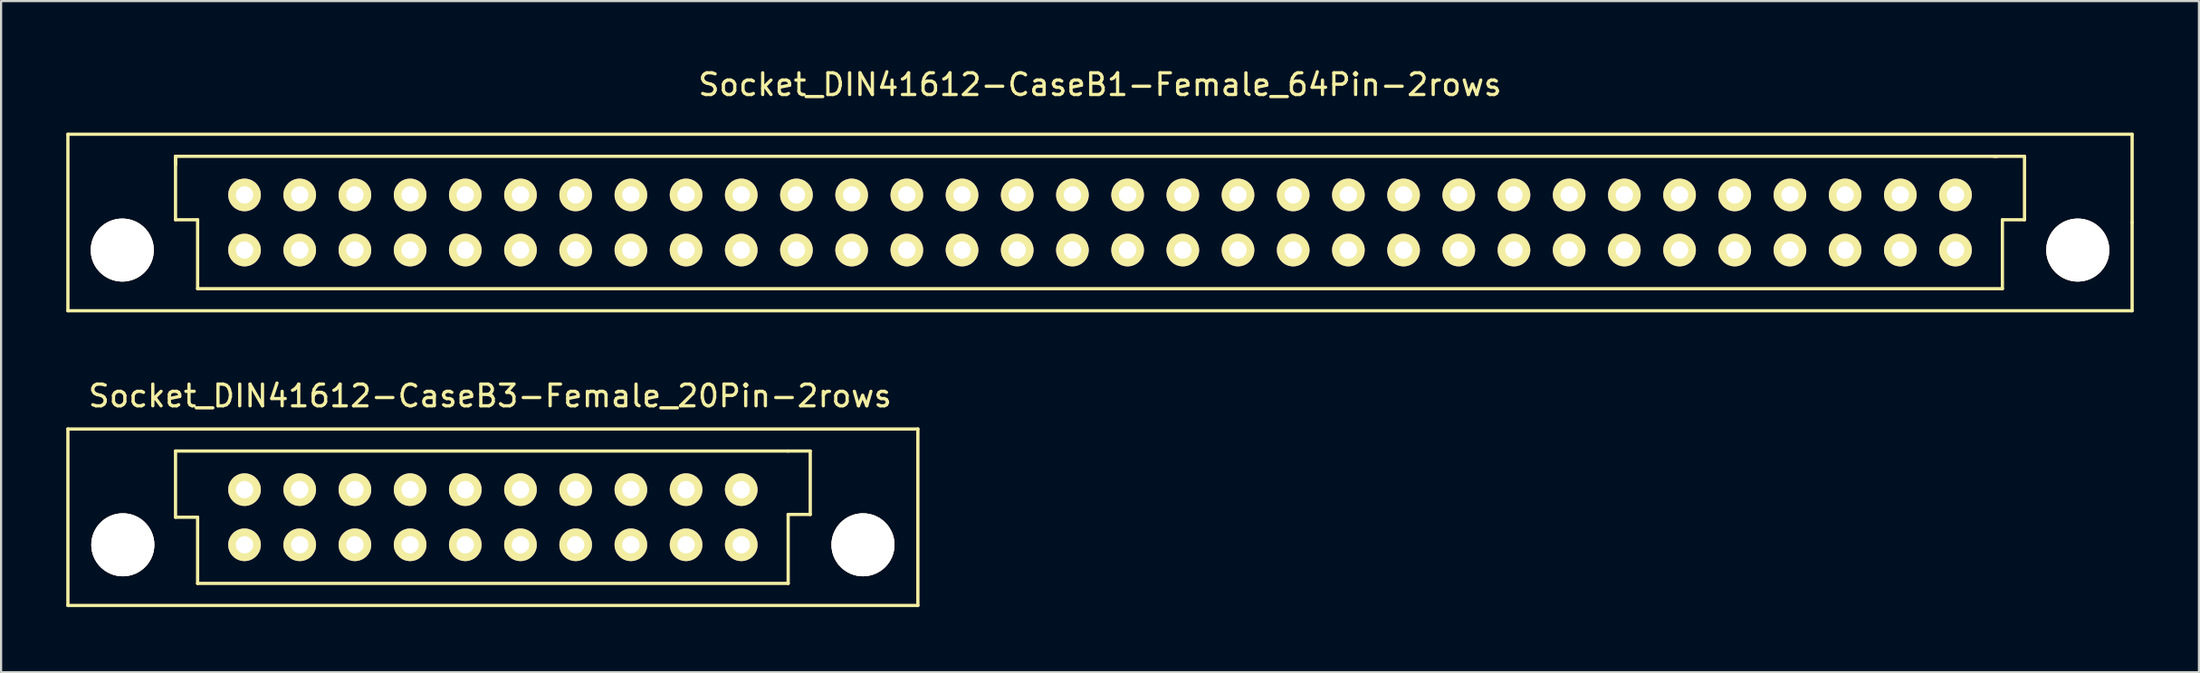
<source format=kicad_pcb>
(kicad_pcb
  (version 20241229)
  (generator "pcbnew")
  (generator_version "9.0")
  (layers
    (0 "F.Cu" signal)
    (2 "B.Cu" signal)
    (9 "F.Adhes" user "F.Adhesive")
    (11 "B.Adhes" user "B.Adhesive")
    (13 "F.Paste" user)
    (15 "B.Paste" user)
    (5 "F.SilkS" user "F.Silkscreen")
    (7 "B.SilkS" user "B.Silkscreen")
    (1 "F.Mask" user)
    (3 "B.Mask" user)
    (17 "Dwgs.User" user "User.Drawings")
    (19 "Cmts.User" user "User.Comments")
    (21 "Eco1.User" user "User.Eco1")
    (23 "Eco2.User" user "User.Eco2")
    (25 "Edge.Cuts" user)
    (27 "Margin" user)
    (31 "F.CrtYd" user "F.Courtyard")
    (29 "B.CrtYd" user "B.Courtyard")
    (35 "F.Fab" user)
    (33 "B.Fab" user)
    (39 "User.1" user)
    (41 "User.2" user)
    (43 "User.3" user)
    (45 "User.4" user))
  (footprint "Socket_DIN41612-CaseB3-Female_20Pin-2rows"
    (layer "F.Cu")
    (at 19.633 20.773)
    (property "Reference" "Socket_DIN41612-CaseB3-Female_20Pin-2rows" (at -0.127 -5.588 0) (layer "F.SilkS") (effects (font (size 1 1) (thickness 0.15))))
    (attr through_hole)
    (fp_line (start -19.558 -4.064) (end -19.558 4.064) (stroke (width 0.15) (type solid)) (layer "F.SilkS"))
    (fp_line (start -19.558 4.064) (end 19.558 4.064) (stroke (width 0.15) (type solid)) (layer "F.SilkS"))
    (fp_line (start -14.605 0) (end -14.605 -3.048) (stroke (width 0.15) (type solid)) (layer "F.SilkS"))
    (fp_line (start -13.589 0) (end -14.605 0) (stroke (width 0.15) (type solid)) (layer "F.SilkS"))
    (fp_line (start -13.589 3.048) (end -13.589 0) (stroke (width 0.15) (type solid)) (layer "F.SilkS"))
    (fp_line (start -13.589 3.048) (end 13.589 3.048) (stroke (width 0.15) (type solid)) (layer "F.SilkS"))
    (fp_line (start 13.589 -3.048) (end -14.605 -3.048) (stroke (width 0.15) (type solid)) (layer "F.SilkS"))
    (fp_line (start 13.589 -0.127) (end 14.605 -0.127) (stroke (width 0.15) (type solid)) (layer "F.SilkS"))
    (fp_line (start 13.589 3.048) (end 13.589 -0.127) (stroke (width 0.15) (type solid)) (layer "F.SilkS"))
    (fp_line (start 14.605 -3.048) (end 13.589 -3.048) (stroke (width 0.15) (type solid)) (layer "F.SilkS"))
    (fp_line (start 14.605 -0.127) (end 14.605 -3.048) (stroke (width 0.15) (type solid)) (layer "F.SilkS"))
    (fp_line (start 19.558 -4.064) (end -19.558 -4.064) (stroke (width 0.15) (type solid)) (layer "F.SilkS"))
    (fp_line (start 19.558 4.064) (end 19.558 -4.064) (stroke (width 0.15) (type solid)) (layer "F.SilkS"))
    (pad "1" thru_hole circle (at -17.031 1.27) (size 2.901 2.901) (drill 2.901) (layers "*.Cu" "*.Mask" "F.SilkS"))
    (pad "1" thru_hole circle (at 17.031 1.27) (size 2.901 2.901) (drill 2.901) (layers "*.Cu" "*.Mask" "F.SilkS"))
    (pad "1a" thru_hole circle (at 11.43 -1.27 180) (size 1.501 1.501) (drill 0.8) (layers "*.Cu" "*.Mask" "F.SilkS"))
    (pad "1b" thru_hole circle (at 11.43 1.27 180) (size 1.501 1.501) (drill 0.8) (layers "*.Cu" "*.Mask" "F.SilkS"))
    (pad "2a" thru_hole circle (at 8.89 -1.27 180) (size 1.501 1.501) (drill 0.8) (layers "*.Cu" "*.Mask" "F.SilkS"))
    (pad "2b" thru_hole circle (at 8.89 1.27 180) (size 1.501 1.501) (drill 0.8) (layers "*.Cu" "*.Mask" "F.SilkS"))
    (pad "3a" thru_hole circle (at 6.35 -1.27 180) (size 1.501 1.501) (drill 0.8) (layers "*.Cu" "*.Mask" "F.SilkS"))
    (pad "3b" thru_hole circle (at 6.35 1.27 180) (size 1.501 1.501) (drill 0.8) (layers "*.Cu" "*.Mask" "F.SilkS"))
    (pad "4a" thru_hole circle (at 3.81 -1.27 180) (size 1.501 1.501) (drill 0.8) (layers "*.Cu" "*.Mask" "F.SilkS"))
    (pad "4b" thru_hole circle (at 3.81 1.27 180) (size 1.501 1.501) (drill 0.8) (layers "*.Cu" "*.Mask" "F.SilkS"))
    (pad "5a" thru_hole circle (at 1.27 -1.27 180) (size 1.501 1.501) (drill 0.8) (layers "*.Cu" "*.Mask" "F.SilkS"))
    (pad "5b" thru_hole circle (at 1.27 1.27 180) (size 1.501 1.501) (drill 0.8) (layers "*.Cu" "*.Mask" "F.SilkS"))
    (pad "6a" thru_hole circle (at -1.27 -1.27 180) (size 1.501 1.501) (drill 0.8) (layers "*.Cu" "*.Mask" "F.SilkS"))
    (pad "6b" thru_hole circle (at -1.27 1.27 180) (size 1.501 1.501) (drill 0.8) (layers "*.Cu" "*.Mask" "F.SilkS"))
    (pad "7a" thru_hole circle (at -3.81 -1.27 180) (size 1.501 1.501) (drill 0.8) (layers "*.Cu" "*.Mask" "F.SilkS"))
    (pad "7b" thru_hole circle (at -3.81 1.27 180) (size 1.501 1.501) (drill 0.8) (layers "*.Cu" "*.Mask" "F.SilkS"))
    (pad "8a" thru_hole circle (at -6.35 -1.27 180) (size 1.501 1.501) (drill 0.8) (layers "*.Cu" "*.Mask" "F.SilkS"))
    (pad "8b" thru_hole circle (at -6.35 1.27 180) (size 1.501 1.501) (drill 0.8) (layers "*.Cu" "*.Mask" "F.SilkS"))
    (pad "9a" thru_hole circle (at -8.89 -1.27 180) (size 1.501 1.501) (drill 0.8) (layers "*.Cu" "*.Mask" "F.SilkS"))
    (pad "9b" thru_hole circle (at -8.89 1.27 180) (size 1.501 1.501) (drill 0.8) (layers "*.Cu" "*.Mask" "F.SilkS"))
    (pad "10a" thru_hole circle (at -11.43 -1.27 180) (size 1.501 1.501) (drill 0.8) (layers "*.Cu" "*.Mask" "F.SilkS"))
    (pad "10b" thru_hole circle (at -11.43 1.27 180) (size 1.501 1.501) (drill 0.8) (layers "*.Cu" "*.Mask" "F.SilkS")))
  (footprint "Socket_DIN41612-CaseB1-Female_64Pin-2rows"
    (layer "F.Cu")
    (at 47.573 7.198)
    (property "Reference" "Socket_DIN41612-CaseB1-Female_64Pin-2rows" (at 0 -6.35 0) (layer "F.SilkS") (effects (font (size 1 1) (thickness 0.15))))
    (attr through_hole)
    (fp_line (start -47.498 -4.064) (end -47.498 4.064) (stroke (width 0.15) (type solid)) (layer "F.SilkS"))
    (fp_line (start -47.498 4.064) (end 47.498 4.064) (stroke (width 0.15) (type solid)) (layer "F.SilkS"))
    (fp_line (start -42.545 -3.048) (end -42.545 -2.667) (stroke (width 0.15) (type solid)) (layer "F.SilkS"))
    (fp_line (start -42.545 -0.127) (end -42.545 -3.048) (stroke (width 0.15) (type solid)) (layer "F.SilkS"))
    (fp_line (start -41.529 -0.127) (end -42.545 -0.127) (stroke (width 0.15) (type solid)) (layer "F.SilkS"))
    (fp_line (start -41.529 3.048) (end -41.529 -0.127) (stroke (width 0.15) (type solid)) (layer "F.SilkS"))
    (fp_line (start 41.275 -3.048) (end -42.545 -3.048) (stroke (width 0.15) (type solid)) (layer "F.SilkS"))
    (fp_line (start 41.529 -0.127) (end 42.545 -0.127) (stroke (width 0.15) (type solid)) (layer "F.SilkS"))
    (fp_line (start 41.529 3.048) (end -41.529 3.048) (stroke (width 0.15) (type solid)) (layer "F.SilkS"))
    (fp_line (start 41.529 3.048) (end 41.529 -0.127) (stroke (width 0.15) (type solid)) (layer "F.SilkS"))
    (fp_line (start 42.545 -3.048) (end 41.148 -3.048) (stroke (width 0.15) (type solid)) (layer "F.SilkS"))
    (fp_line (start 42.545 -0.127) (end 42.545 -3.048) (stroke (width 0.15) (type solid)) (layer "F.SilkS"))
    (fp_line (start 47.498 -4.064) (end -47.498 -4.064) (stroke (width 0.15) (type solid)) (layer "F.SilkS"))
    (fp_line (start 47.498 0) (end 47.498 -4.064) (stroke (width 0.15) (type solid)) (layer "F.SilkS"))
    (fp_line (start 47.498 4.064) (end 47.498 0) (stroke (width 0.15) (type solid)) (layer "F.SilkS"))
    (pad "1" thru_hole circle (at -44.996 1.27) (size 2.901 2.901) (drill 2.901) (layers "*.Cu" "*.Mask" "F.SilkS"))
    (pad "1" thru_hole circle (at 44.996 1.27) (size 2.901 2.901) (drill 2.901) (layers "*.Cu" "*.Mask" "F.SilkS"))
    (pad "1a" thru_hole circle (at 39.37 -1.27 180) (size 1.501 1.501) (drill 0.8) (layers "*.Cu" "*.Mask" "F.SilkS"))
    (pad "1b" thru_hole circle (at 39.37 1.27 180) (size 1.501 1.501) (drill 0.8) (layers "*.Cu" "*.Mask" "F.SilkS"))
    (pad "2a" thru_hole circle (at 36.83 -1.27 180) (size 1.501 1.501) (drill 0.8) (layers "*.Cu" "*.Mask" "F.SilkS"))
    (pad "2b" thru_hole circle (at 36.83 1.27 180) (size 1.501 1.501) (drill 0.8) (layers "*.Cu" "*.Mask" "F.SilkS"))
    (pad "3a" thru_hole circle (at 34.29 -1.27 180) (size 1.501 1.501) (drill 0.8) (layers "*.Cu" "*.Mask" "F.SilkS"))
    (pad "3b" thru_hole circle (at 34.29 1.27 180) (size 1.501 1.501) (drill 0.8) (layers "*.Cu" "*.Mask" "F.SilkS"))
    (pad "4a" thru_hole circle (at 31.75 -1.27 180) (size 1.501 1.501) (drill 0.8) (layers "*.Cu" "*.Mask" "F.SilkS"))
    (pad "4b" thru_hole circle (at 31.75 1.27 180) (size 1.501 1.501) (drill 0.8) (layers "*.Cu" "*.Mask" "F.SilkS"))
    (pad "5a" thru_hole circle (at 29.21 -1.27 180) (size 1.501 1.501) (drill 0.8) (layers "*.Cu" "*.Mask" "F.SilkS"))
    (pad "5b" thru_hole circle (at 29.21 1.27 180) (size 1.501 1.501) (drill 0.8) (layers "*.Cu" "*.Mask" "F.SilkS"))
    (pad "6a" thru_hole circle (at 26.67 -1.27 180) (size 1.501 1.501) (drill 0.8) (layers "*.Cu" "*.Mask" "F.SilkS"))
    (pad "6b" thru_hole circle (at 26.67 1.27 180) (size 1.501 1.501) (drill 0.8) (layers "*.Cu" "*.Mask" "F.SilkS"))
    (pad "7a" thru_hole circle (at 24.13 -1.27 180) (size 1.501 1.501) (drill 0.8) (layers "*.Cu" "*.Mask" "F.SilkS"))
    (pad "7b" thru_hole circle (at 24.13 1.27 180) (size 1.501 1.501) (drill 0.8) (layers "*.Cu" "*.Mask" "F.SilkS"))
    (pad "8a" thru_hole circle (at 21.59 -1.27 180) (size 1.501 1.501) (drill 0.8) (layers "*.Cu" "*.Mask" "F.SilkS"))
    (pad "8b" thru_hole circle (at 21.59 1.27 180) (size 1.501 1.501) (drill 0.8) (layers "*.Cu" "*.Mask" "F.SilkS"))
    (pad "9a" thru_hole circle (at 19.05 -1.27 180) (size 1.501 1.501) (drill 0.8) (layers "*.Cu" "*.Mask" "F.SilkS"))
    (pad "9b" thru_hole circle (at 19.05 1.27 180) (size 1.501 1.501) (drill 0.8) (layers "*.Cu" "*.Mask" "F.SilkS"))
    (pad "10a" thru_hole circle (at 16.51 -1.27 180) (size 1.501 1.501) (drill 0.8) (layers "*.Cu" "*.Mask" "F.SilkS"))
    (pad "10b" thru_hole circle (at 16.51 1.27 180) (size 1.501 1.501) (drill 0.8) (layers "*.Cu" "*.Mask" "F.SilkS"))
    (pad "11a" thru_hole circle (at 13.97 -1.27 180) (size 1.501 1.501) (drill 0.8) (layers "*.Cu" "*.Mask" "F.SilkS"))
    (pad "11b" thru_hole circle (at 13.97 1.27 180) (size 1.501 1.501) (drill 0.8) (layers "*.Cu" "*.Mask" "F.SilkS"))
    (pad "12a" thru_hole circle (at 11.43 -1.27 180) (size 1.501 1.501) (drill 0.8) (layers "*.Cu" "*.Mask" "F.SilkS"))
    (pad "12b" thru_hole circle (at 11.43 1.27 180) (size 1.501 1.501) (drill 0.8) (layers "*.Cu" "*.Mask" "F.SilkS"))
    (pad "13a" thru_hole circle (at 8.89 -1.27 180) (size 1.501 1.501) (drill 0.8) (layers "*.Cu" "*.Mask" "F.SilkS"))
    (pad "13b" thru_hole circle (at 8.89 1.27 180) (size 1.501 1.501) (drill 0.8) (layers "*.Cu" "*.Mask" "F.SilkS"))
    (pad "14a" thru_hole circle (at 6.35 -1.27 180) (size 1.501 1.501) (drill 0.8) (layers "*.Cu" "*.Mask" "F.SilkS"))
    (pad "14b" thru_hole circle (at 6.35 1.27 180) (size 1.501 1.501) (drill 0.8) (layers "*.Cu" "*.Mask" "F.SilkS"))
    (pad "15a" thru_hole circle (at 3.81 -1.27 180) (size 1.501 1.501) (drill 0.8) (layers "*.Cu" "*.Mask" "F.SilkS"))
    (pad "15b" thru_hole circle (at 3.81 1.27 180) (size 1.501 1.501) (drill 0.8) (layers "*.Cu" "*.Mask" "F.SilkS"))
    (pad "16a" thru_hole circle (at 1.27 -1.27 180) (size 1.501 1.501) (drill 0.8) (layers "*.Cu" "*.Mask" "F.SilkS"))
    (pad "16b" thru_hole circle (at 1.27 1.27 180) (size 1.501 1.501) (drill 0.8) (layers "*.Cu" "*.Mask" "F.SilkS"))
    (pad "17a" thru_hole circle (at -1.27 -1.27 180) (size 1.501 1.501) (drill 0.8) (layers "*.Cu" "*.Mask" "F.SilkS"))
    (pad "17b" thru_hole circle (at -1.27 1.27 180) (size 1.501 1.501) (drill 0.8) (layers "*.Cu" "*.Mask" "F.SilkS"))
    (pad "18a" thru_hole circle (at -3.81 -1.27 180) (size 1.501 1.501) (drill 0.8) (layers "*.Cu" "*.Mask" "F.SilkS"))
    (pad "18b" thru_hole circle (at -3.81 1.27 180) (size 1.501 1.501) (drill 0.8) (layers "*.Cu" "*.Mask" "F.SilkS"))
    (pad "19a" thru_hole circle (at -6.35 -1.27 180) (size 1.501 1.501) (drill 0.8) (layers "*.Cu" "*.Mask" "F.SilkS"))
    (pad "19b" thru_hole circle (at -6.35 1.27 180) (size 1.501 1.501) (drill 0.8) (layers "*.Cu" "*.Mask" "F.SilkS"))
    (pad "20a" thru_hole circle (at -8.89 -1.27 180) (size 1.501 1.501) (drill 0.8) (layers "*.Cu" "*.Mask" "F.SilkS"))
    (pad "20b" thru_hole circle (at -8.89 1.27 180) (size 1.501 1.501) (drill 0.8) (layers "*.Cu" "*.Mask" "F.SilkS"))
    (pad "21a" thru_hole circle (at -11.43 -1.27 180) (size 1.501 1.501) (drill 0.8) (layers "*.Cu" "*.Mask" "F.SilkS"))
    (pad "21b" thru_hole circle (at -11.43 1.27 180) (size 1.501 1.501) (drill 0.8) (layers "*.Cu" "*.Mask" "F.SilkS"))
    (pad "22a" thru_hole circle (at -13.97 -1.27 180) (size 1.501 1.501) (drill 0.8) (layers "*.Cu" "*.Mask" "F.SilkS"))
    (pad "22b" thru_hole circle (at -13.97 1.27 180) (size 1.501 1.501) (drill 0.8) (layers "*.Cu" "*.Mask" "F.SilkS"))
    (pad "23a" thru_hole circle (at -16.51 -1.27 180) (size 1.501 1.501) (drill 0.8) (layers "*.Cu" "*.Mask" "F.SilkS"))
    (pad "23b" thru_hole circle (at -16.51 1.27 180) (size 1.501 1.501) (drill 0.8) (layers "*.Cu" "*.Mask" "F.SilkS"))
    (pad "24" thru_hole circle (at -19.05 -1.27 180) (size 1.501 1.501) (drill 0.8) (layers "*.Cu" "*.Mask" "F.SilkS"))
    (pad "24b" thru_hole circle (at -19.05 1.27 180) (size 1.501 1.501) (drill 0.8) (layers "*.Cu" "*.Mask" "F.SilkS"))
    (pad "25a" thru_hole circle (at -21.59 -1.27 180) (size 1.501 1.501) (drill 0.8) (layers "*.Cu" "*.Mask" "F.SilkS"))
    (pad "25b" thru_hole circle (at -21.59 1.27 180) (size 1.501 1.501) (drill 0.8) (layers "*.Cu" "*.Mask" "F.SilkS"))
    (pad "26a" thru_hole circle (at -24.13 -1.27 180) (size 1.501 1.501) (drill 0.8) (layers "*.Cu" "*.Mask" "F.SilkS"))
    (pad "26b" thru_hole circle (at -24.13 1.27 180) (size 1.501 1.501) (drill 0.8) (layers "*.Cu" "*.Mask" "F.SilkS"))
    (pad "27a" thru_hole circle (at -26.67 -1.27 180) (size 1.501 1.501) (drill 0.8) (layers "*.Cu" "*.Mask" "F.SilkS"))
    (pad "27b" thru_hole circle (at -26.67 1.27 180) (size 1.501 1.501) (drill 0.8) (layers "*.Cu" "*.Mask" "F.SilkS"))
    (pad "28a" thru_hole circle (at -29.21 -1.27 180) (size 1.501 1.501) (drill 0.8) (layers "*.Cu" "*.Mask" "F.SilkS"))
    (pad "28b" thru_hole circle (at -29.21 1.27 180) (size 1.501 1.501) (drill 0.8) (layers "*.Cu" "*.Mask" "F.SilkS"))
    (pad "29a" thru_hole circle (at -31.75 -1.27 180) (size 1.501 1.501) (drill 0.8) (layers "*.Cu" "*.Mask" "F.SilkS"))
    (pad "29b" thru_hole circle (at -31.75 1.27 180) (size 1.501 1.501) (drill 0.8) (layers "*.Cu" "*.Mask" "F.SilkS"))
    (pad "30a" thru_hole circle (at -34.29 -1.27 180) (size 1.501 1.501) (drill 0.8) (layers "*.Cu" "*.Mask" "F.SilkS"))
    (pad "30b" thru_hole circle (at -34.29 1.27 180) (size 1.501 1.501) (drill 0.8) (layers "*.Cu" "*.Mask" "F.SilkS"))
    (pad "31a" thru_hole circle (at -36.83 -1.27 180) (size 1.501 1.501) (drill 0.8) (layers "*.Cu" "*.Mask" "F.SilkS"))
    (pad "31b" thru_hole circle (at -36.83 1.27 180) (size 1.501 1.501) (drill 0.8) (layers "*.Cu" "*.Mask" "F.SilkS"))
    (pad "32a" thru_hole circle (at -39.37 -1.27 180) (size 1.501 1.501) (drill 0.8) (layers "*.Cu" "*.Mask" "F.SilkS"))
    (pad "32b" thru_hole circle (at -39.37 1.27 180) (size 1.501 1.501) (drill 0.8) (layers "*.Cu" "*.Mask" "F.SilkS")))
  (gr_rect
    (start -3 -3)
    (end 98.146 27.913)
    (stroke (width 0.1) (type default))
    (fill no)
    (layer "Edge.Cuts")))
</source>
